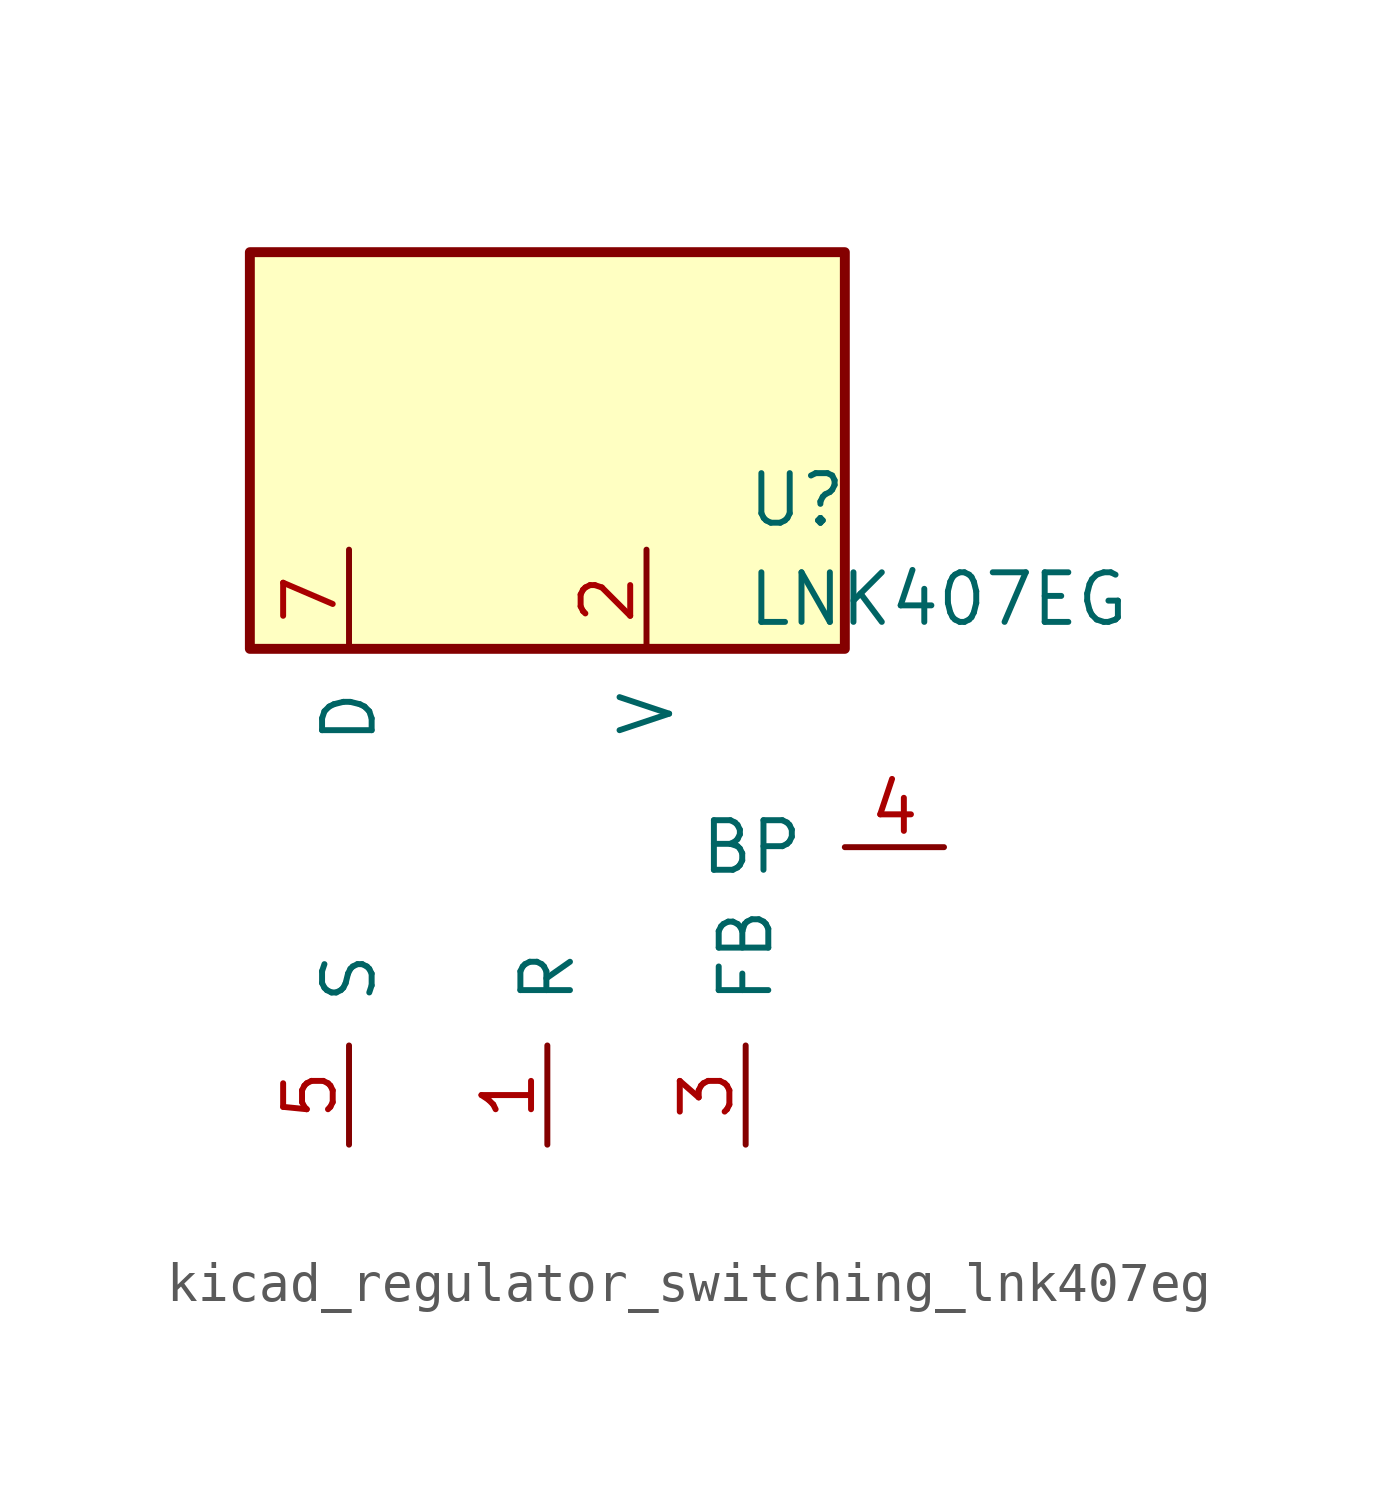
<source format=kicad_sym>
(kicad_symbol_lib
  (version 20220914)
  (generator kicad_symbol_editor)
  (symbol "kicad_regulator_switching_lnk407eg"
    (pin_names
      (offset 1.016))
    (property "Reference" "U"
      (at 5.08 8.89 0)
      (effects (font (size 1.27 1.27)) (justify left)))
    (property "Value" "LNK407EG"
      (at 5.08 6.35 0)
      (effects (font (size 1.27 1.27)) (justify left)))
    (symbol "kicad_regulator_switching_lnk407eg_0_1"
      (rectangle (start 7.62 15.24) (end -7.62 5.08) (stroke (width 0.254) (type default)) (fill (type background))))
    (symbol "kicad_regulator_switching_lnk407eg_1_1"
      (pin input line (at 0 -7.62 90) (length 2.54) (name "R" (effects (font (size 1.27 1.27)))) (number "1" (effects (font (size 1.27 1.27)))))
      (pin input line (at 2.54 7.62 270) (length 2.54) (name "V" (effects (font (size 1.27 1.27)))) (number "2" (effects (font (size 1.27 1.27)))))
      (pin input line (at 5.08 -7.62 90) (length 2.54) (name "FB" (effects (font (size 1.27 1.27)))) (number "3" (effects (font (size 1.27 1.27)))))
      (pin input line (at 10.16 0 180) (length 2.54) (name "BP" (effects (font (size 1.27 1.27)))) (number "4" (effects (font (size 1.27 1.27)))))
      (pin power_in line (at -5.08 -7.62 90) (length 2.54) (name "S" (effects (font (size 1.27 1.27)))) (number "5" (effects (font (size 1.27 1.27)))))
      (pin open_collector line (at -5.08 7.62 270) (length 2.54) (name "D" (effects (font (size 1.27 1.27)))) (number "7" (effects (font (size 1.27 1.27))))))))
</source>
